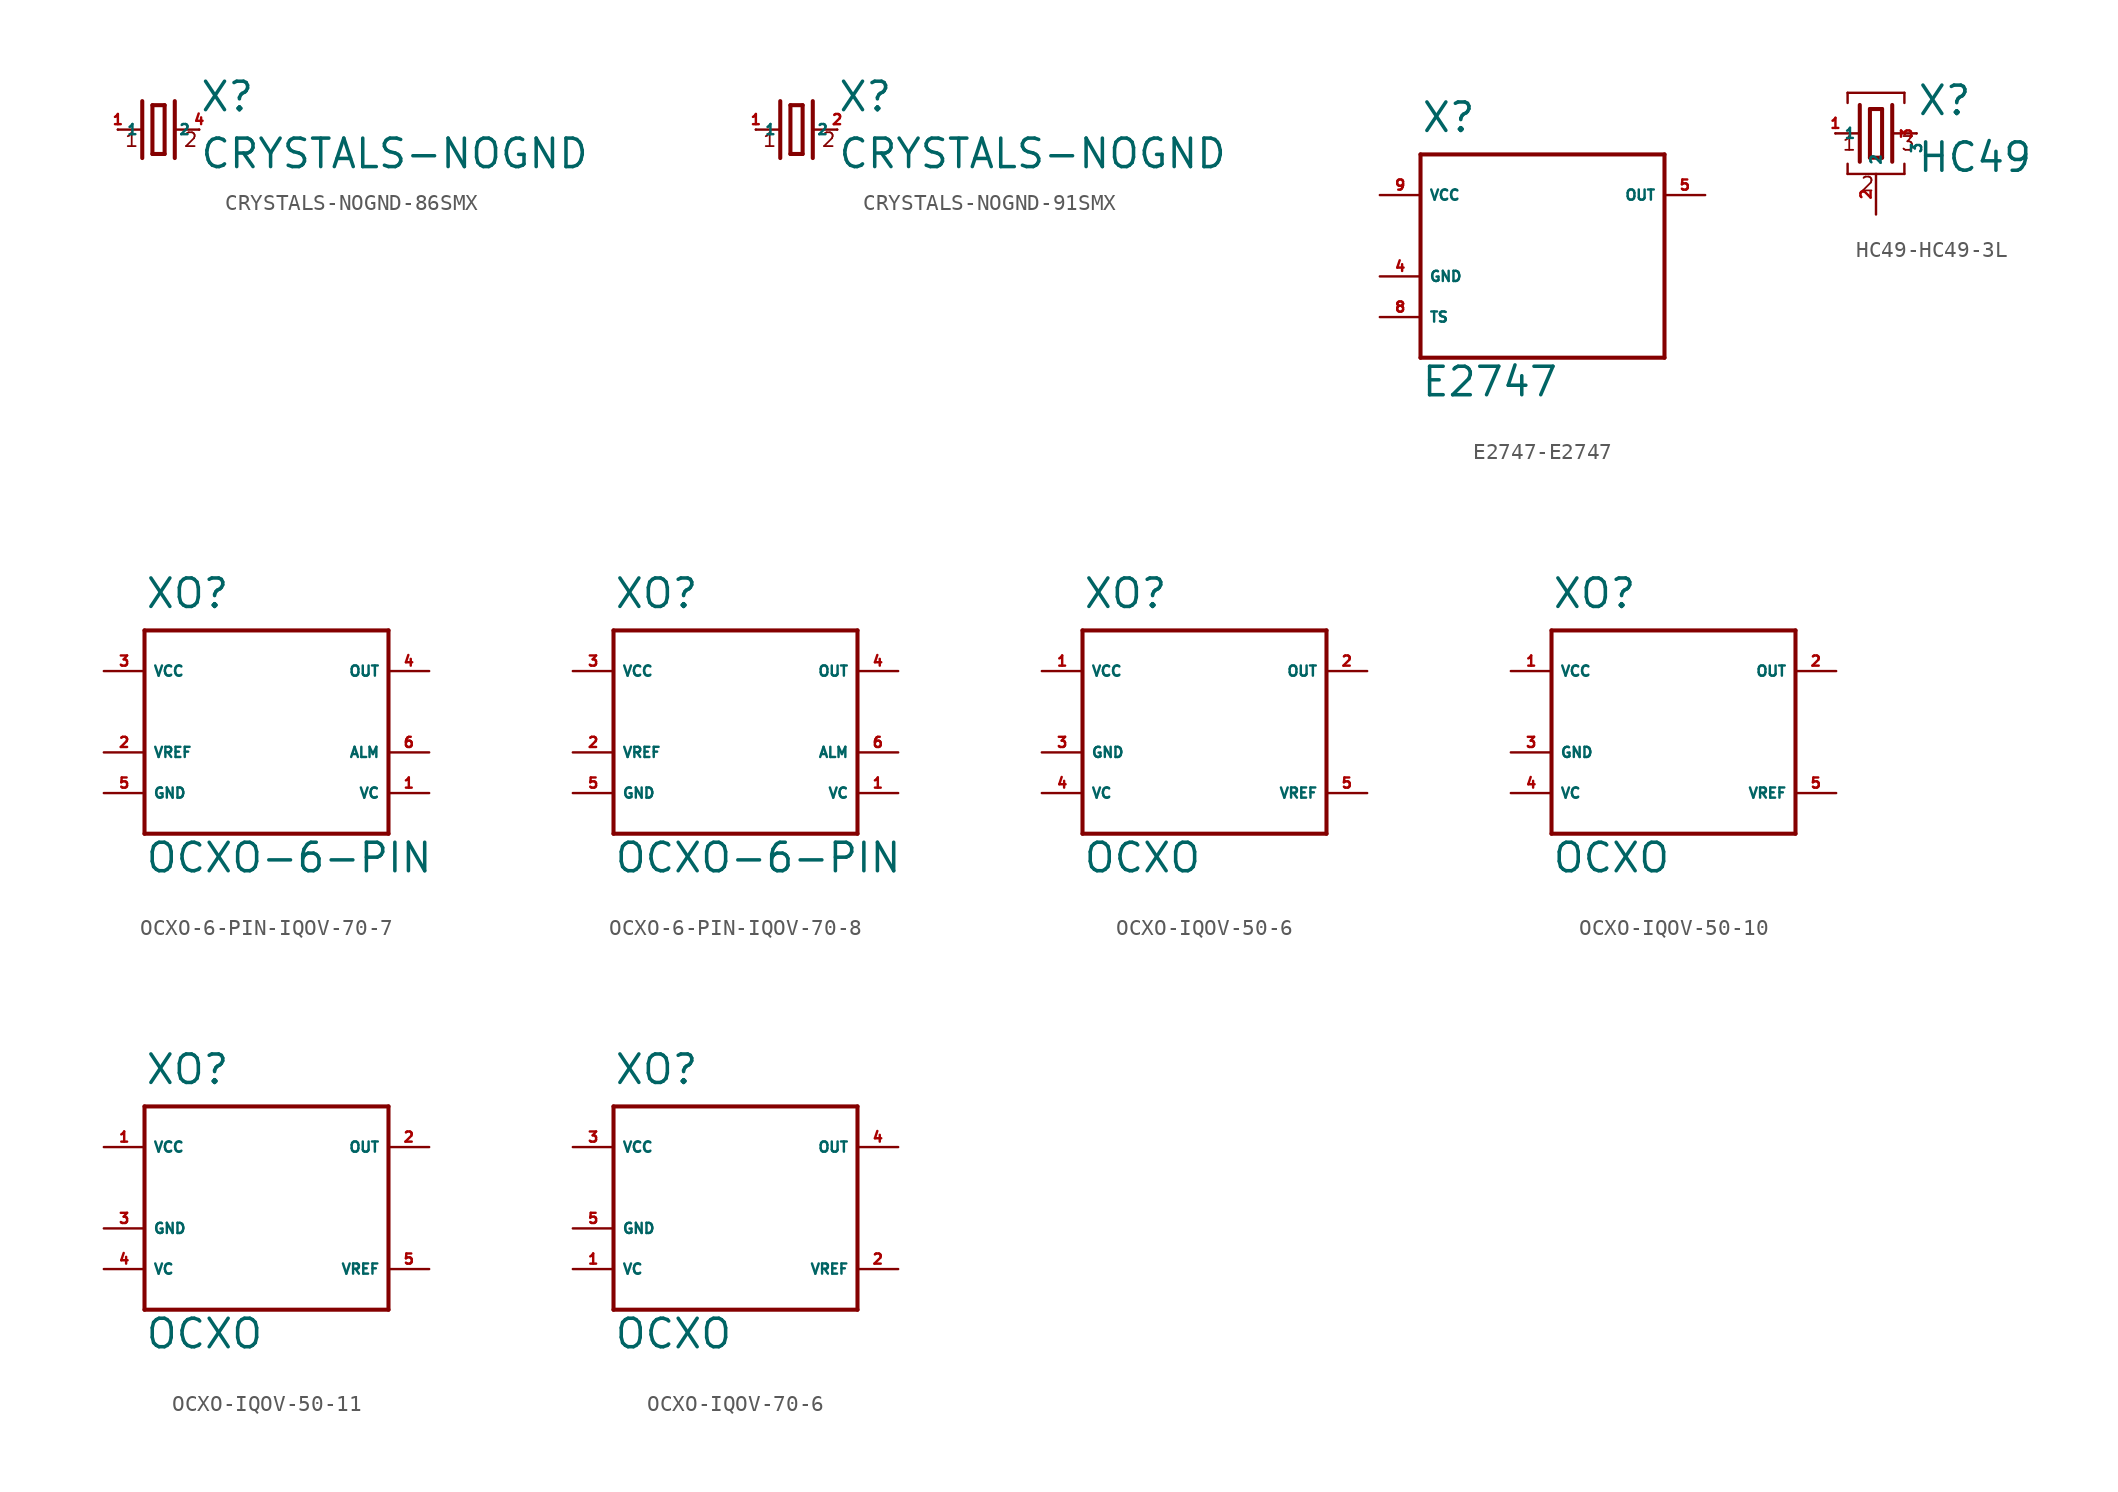
<source format=kicad_sym>
(kicad_symbol_lib
  (version 20220914)
  (generator Eagle2Kicad)
  (symbol "CRYSTALS-NOGND-86SMX"
    (property "Reference" "X"
      (at 2.54 1.016 0)
      (effects (font (size 1.778 1.778) (thickness 0.22)) (justify left bottom)))
    (property "Value" "CRYSTALS-NOGND"
      (at 2.54 -2.54 0)
      (effects (font (size 1.778 1.778) (thickness 0.22)) (justify left bottom)))
    (polyline
      (pts (xy 1.016 0) (xy 2.54 0))
      (stroke (width 0.152) (type default))
      (fill (type none)))
    (polyline
      (pts (xy -2.54 0) (xy -1.016 0))
      (stroke (width 0.152) (type default))
      (fill (type none)))
    (polyline
      (pts (xy -0.381 1.524) (xy -0.381 -1.524))
      (stroke (width 0.254) (type default))
      (fill (type none)))
    (polyline
      (pts (xy -0.381 -1.524) (xy 0.381 -1.524))
      (stroke (width 0.254) (type default))
      (fill (type none)))
    (polyline
      (pts (xy 0.381 -1.524) (xy 0.381 1.524))
      (stroke (width 0.254) (type default))
      (fill (type none)))
    (polyline
      (pts (xy 0.381 1.524) (xy -0.381 1.524))
      (stroke (width 0.254) (type default))
      (fill (type none)))
    (polyline
      (pts (xy 1.016 1.778) (xy 1.016 -1.778))
      (stroke (width 0.254) (type default))
      (fill (type none)))
    (polyline
      (pts (xy -1.016 1.778) (xy -1.016 -1.778))
      (stroke (width 0.254) (type default))
      (fill (type none)))
    (text "1"
      (at -2.159 -1.143 0)
      (effects (font (size 0.864 0.864) (thickness 0.11)) (justify left bottom)))
    (text "2"
      (at 1.524 -1.143 0)
      (effects (font (size 0.864 0.864) (thickness 0.11)) (justify left bottom)))
    (pin passive line
      (at 2.54 0 180)
      (length 0)
      (name "2" (effects (font (size 0.635 0.635) (thickness 0.08)) (justify left bottom)))
      (number "4" (effects (font (size 0.635 0.635) (thickness 0.08)) (justify left bottom))))
    (pin passive line
      (at -2.54 0 0)
      (length 0)
      (name "1" (effects (font (size 0.635 0.635) (thickness 0.08)) (justify left bottom)))
      (number "1" (effects (font (size 0.635 0.635) (thickness 0.08)) (justify left bottom)))))
  (symbol "CRYSTALS-NOGND-91SMX"
    (property "Reference" "X"
      (at 2.54 1.016 0)
      (effects (font (size 1.778 1.778) (thickness 0.22)) (justify left bottom)))
    (property "Value" "CRYSTALS-NOGND"
      (at 2.54 -2.54 0)
      (effects (font (size 1.778 1.778) (thickness 0.22)) (justify left bottom)))
    (polyline
      (pts (xy 1.016 0) (xy 2.54 0))
      (stroke (width 0.152) (type default))
      (fill (type none)))
    (polyline
      (pts (xy -2.54 0) (xy -1.016 0))
      (stroke (width 0.152) (type default))
      (fill (type none)))
    (polyline
      (pts (xy -0.381 1.524) (xy -0.381 -1.524))
      (stroke (width 0.254) (type default))
      (fill (type none)))
    (polyline
      (pts (xy -0.381 -1.524) (xy 0.381 -1.524))
      (stroke (width 0.254) (type default))
      (fill (type none)))
    (polyline
      (pts (xy 0.381 -1.524) (xy 0.381 1.524))
      (stroke (width 0.254) (type default))
      (fill (type none)))
    (polyline
      (pts (xy 0.381 1.524) (xy -0.381 1.524))
      (stroke (width 0.254) (type default))
      (fill (type none)))
    (polyline
      (pts (xy 1.016 1.778) (xy 1.016 -1.778))
      (stroke (width 0.254) (type default))
      (fill (type none)))
    (polyline
      (pts (xy -1.016 1.778) (xy -1.016 -1.778))
      (stroke (width 0.254) (type default))
      (fill (type none)))
    (text "1"
      (at -2.159 -1.143 0)
      (effects (font (size 0.864 0.864) (thickness 0.11)) (justify left bottom)))
    (text "2"
      (at 1.524 -1.143 0)
      (effects (font (size 0.864 0.864) (thickness 0.11)) (justify left bottom)))
    (pin passive line
      (at 2.54 0 180)
      (length 0)
      (name "2" (effects (font (size 0.635 0.635) (thickness 0.08)) (justify left bottom)))
      (number "2" (effects (font (size 0.635 0.635) (thickness 0.08)) (justify left bottom))))
    (pin passive line
      (at -2.54 0 0)
      (length 0)
      (name "1" (effects (font (size 0.635 0.635) (thickness 0.08)) (justify left bottom)))
      (number "1" (effects (font (size 0.635 0.635) (thickness 0.08)) (justify left bottom)))))
  (symbol "E2747-E2747"
    (property "Reference" "X"
      (at -7.62 8.89 0)
      (effects (font (size 1.778 1.778) (thickness 0.22)) (justify left bottom)))
    (property "Value" "E2747"
      (at -7.62 -7.62 0)
      (effects (font (size 1.778 1.778) (thickness 0.22)) (justify left bottom)))
    (polyline
      (pts (xy -7.62 7.62) (xy -7.62 -5.08))
      (stroke (width 0.254) (type default))
      (fill (type none)))
    (polyline
      (pts (xy -7.62 -5.08) (xy 7.62 -5.08))
      (stroke (width 0.254) (type default))
      (fill (type none)))
    (polyline
      (pts (xy 7.62 -5.08) (xy 7.62 7.62))
      (stroke (width 0.254) (type default))
      (fill (type none)))
    (polyline
      (pts (xy 7.62 7.62) (xy -7.62 7.62))
      (stroke (width 0.254) (type default))
      (fill (type none)))
    (pin unspecified line
      (at -10.16 5.08 0)
      (length 2.54)
      (name "VCC" (effects (font (size 0.635 0.635) (thickness 0.08)) (justify left bottom)))
      (number "9" (effects (font (size 0.635 0.635) (thickness 0.08)) (justify left bottom))))
    (pin unspecified line
      (at -10.16 0 0)
      (length 2.54)
      (name "GND" (effects (font (size 0.635 0.635) (thickness 0.08)) (justify left bottom)))
      (number "4" (effects (font (size 0.635 0.635) (thickness 0.08)) (justify left bottom))))
    (pin output line
      (at 10.16 5.08 180)
      (length 2.54)
      (name "OUT" (effects (font (size 0.635 0.635) (thickness 0.08)) (justify left bottom)))
      (number "5" (effects (font (size 0.635 0.635) (thickness 0.08)) (justify left bottom))))
    (pin input line
      (at -10.16 -2.54 0)
      (length 2.54)
      (name "TS" (effects (font (size 0.635 0.635) (thickness 0.08)) (justify left bottom)))
      (number "8" (effects (font (size 0.635 0.635) (thickness 0.08)) (justify left bottom)))))
  (symbol "HC49-HC49-3L"
    (property "Reference" "X"
      (at 2.54 1.016 0)
      (effects (font (size 1.778 1.778) (thickness 0.22)) (justify left bottom)))
    (property "Value" "HC49"
      (at 2.54 -2.54 0)
      (effects (font (size 1.778 1.778) (thickness 0.22)) (justify left bottom)))
    (polyline
      (pts (xy 1.016 0) (xy 2.54 0))
      (stroke (width 0.152) (type default))
      (fill (type none)))
    (polyline
      (pts (xy -2.54 0) (xy -1.016 0))
      (stroke (width 0.152) (type default))
      (fill (type none)))
    (polyline
      (pts (xy -0.381 1.524) (xy -0.381 -1.524))
      (stroke (width 0.254) (type default))
      (fill (type none)))
    (polyline
      (pts (xy -0.381 -1.524) (xy 0.381 -1.524))
      (stroke (width 0.254) (type default))
      (fill (type none)))
    (polyline
      (pts (xy 0.381 -1.524) (xy 0.381 1.524))
      (stroke (width 0.254) (type default))
      (fill (type none)))
    (polyline
      (pts (xy 0.381 1.524) (xy -0.381 1.524))
      (stroke (width 0.254) (type default))
      (fill (type none)))
    (polyline
      (pts (xy 1.016 1.778) (xy 1.016 -1.778))
      (stroke (width 0.254) (type default))
      (fill (type none)))
    (polyline
      (pts (xy -1.016 1.778) (xy -1.016 -1.778))
      (stroke (width 0.254) (type default))
      (fill (type none)))
    (polyline
      (pts (xy -1.778 1.905) (xy -1.778 2.54))
      (stroke (width 0.152) (type default))
      (fill (type none)))
    (polyline
      (pts (xy -1.778 2.54) (xy 1.778 2.54))
      (stroke (width 0.152) (type default))
      (fill (type none)))
    (polyline
      (pts (xy 1.778 2.54) (xy 1.778 1.905))
      (stroke (width 0.152) (type default))
      (fill (type none)))
    (polyline
      (pts (xy 1.778 -1.905) (xy 1.778 -2.54))
      (stroke (width 0.152) (type default))
      (fill (type none)))
    (polyline
      (pts (xy -1.778 -2.54) (xy 1.778 -2.54))
      (stroke (width 0.152) (type default))
      (fill (type none)))
    (polyline
      (pts (xy -1.778 -2.54) (xy -1.778 -1.905))
      (stroke (width 0.152) (type default))
      (fill (type none)))
    (text "1"
      (at -2.159 -1.143 0)
      (effects (font (size 0.864 0.864) (thickness 0.11)) (justify left bottom)))
    (text "2"
      (at -1.016 -3.683 0)
      (effects (font (size 0.864 0.864) (thickness 0.11)) (justify left bottom)))
    (text "3"
      (at 1.524 -1.143 0)
      (effects (font (size 0.864 0.864) (thickness 0.11)) (justify left bottom)))
    (pin passive line
      (at 2.54 0 270)
      (length 0)
      (name "3" (effects (font (size 0.635 0.635) (thickness 0.08)) (justify left bottom)))
      (number "3" (effects (font (size 0.635 0.635) (thickness 0.08)) (justify left bottom))))
    (pin passive line
      (at -2.54 0 0)
      (length 0)
      (name "1" (effects (font (size 0.635 0.635) (thickness 0.08)) (justify left bottom)))
      (number "1" (effects (font (size 0.635 0.635) (thickness 0.08)) (justify left bottom))))
    (pin passive line
      (at 0 -5.08 90)
      (length 2.54)
      (name "2" (effects (font (size 0.635 0.635) (thickness 0.08)) (justify left bottom)))
      (number "2" (effects (font (size 0.635 0.635) (thickness 0.08)) (justify left bottom)))))
  (symbol "OCXO-6-PIN-IQOV-70-7"
    (property "Reference" "XO"
      (at -7.62 8.89 0)
      (effects (font (size 1.778 1.778) (thickness 0.22)) (justify left bottom)))
    (property "Value" "OCXO-6-PIN"
      (at -7.62 -7.62 0)
      (effects (font (size 1.778 1.778) (thickness 0.22)) (justify left bottom)))
    (polyline
      (pts (xy -7.62 7.62) (xy -7.62 -5.08))
      (stroke (width 0.254) (type default))
      (fill (type none)))
    (polyline
      (pts (xy -7.62 -5.08) (xy 7.62 -5.08))
      (stroke (width 0.254) (type default))
      (fill (type none)))
    (polyline
      (pts (xy 7.62 -5.08) (xy 7.62 7.62))
      (stroke (width 0.254) (type default))
      (fill (type none)))
    (polyline
      (pts (xy 7.62 7.62) (xy -7.62 7.62))
      (stroke (width 0.254) (type default))
      (fill (type none)))
    (pin unspecified line
      (at -10.16 5.08 0)
      (length 2.54)
      (name "VCC" (effects (font (size 0.635 0.635) (thickness 0.08)) (justify left bottom)))
      (number "3" (effects (font (size 0.635 0.635) (thickness 0.08)) (justify left bottom))))
    (pin output line
      (at -10.16 0 0)
      (length 2.54)
      (name "VREF" (effects (font (size 0.635 0.635) (thickness 0.08)) (justify left bottom)))
      (number "2" (effects (font (size 0.635 0.635) (thickness 0.08)) (justify left bottom))))
    (pin output line
      (at 10.16 5.08 180)
      (length 2.54)
      (name "OUT" (effects (font (size 0.635 0.635) (thickness 0.08)) (justify left bottom)))
      (number "4" (effects (font (size 0.635 0.635) (thickness 0.08)) (justify left bottom))))
    (pin unspecified line
      (at -10.16 -2.54 0)
      (length 2.54)
      (name "GND" (effects (font (size 0.635 0.635) (thickness 0.08)) (justify left bottom)))
      (number "5" (effects (font (size 0.635 0.635) (thickness 0.08)) (justify left bottom))))
    (pin output line
      (at 10.16 0 180)
      (length 2.54)
      (name "ALM" (effects (font (size 0.635 0.635) (thickness 0.08)) (justify left bottom)))
      (number "6" (effects (font (size 0.635 0.635) (thickness 0.08)) (justify left bottom))))
    (pin input line
      (at 10.16 -2.54 180)
      (length 2.54)
      (name "VC" (effects (font (size 0.635 0.635) (thickness 0.08)) (justify left bottom)))
      (number "1" (effects (font (size 0.635 0.635) (thickness 0.08)) (justify left bottom)))))
  (symbol "OCXO-6-PIN-IQOV-70-8"
    (property "Reference" "XO"
      (at -7.62 8.89 0)
      (effects (font (size 1.778 1.778) (thickness 0.22)) (justify left bottom)))
    (property "Value" "OCXO-6-PIN"
      (at -7.62 -7.62 0)
      (effects (font (size 1.778 1.778) (thickness 0.22)) (justify left bottom)))
    (polyline
      (pts (xy -7.62 7.62) (xy -7.62 -5.08))
      (stroke (width 0.254) (type default))
      (fill (type none)))
    (polyline
      (pts (xy -7.62 -5.08) (xy 7.62 -5.08))
      (stroke (width 0.254) (type default))
      (fill (type none)))
    (polyline
      (pts (xy 7.62 -5.08) (xy 7.62 7.62))
      (stroke (width 0.254) (type default))
      (fill (type none)))
    (polyline
      (pts (xy 7.62 7.62) (xy -7.62 7.62))
      (stroke (width 0.254) (type default))
      (fill (type none)))
    (pin unspecified line
      (at -10.16 5.08 0)
      (length 2.54)
      (name "VCC" (effects (font (size 0.635 0.635) (thickness 0.08)) (justify left bottom)))
      (number "3" (effects (font (size 0.635 0.635) (thickness 0.08)) (justify left bottom))))
    (pin output line
      (at -10.16 0 0)
      (length 2.54)
      (name "VREF" (effects (font (size 0.635 0.635) (thickness 0.08)) (justify left bottom)))
      (number "2" (effects (font (size 0.635 0.635) (thickness 0.08)) (justify left bottom))))
    (pin output line
      (at 10.16 5.08 180)
      (length 2.54)
      (name "OUT" (effects (font (size 0.635 0.635) (thickness 0.08)) (justify left bottom)))
      (number "4" (effects (font (size 0.635 0.635) (thickness 0.08)) (justify left bottom))))
    (pin unspecified line
      (at -10.16 -2.54 0)
      (length 2.54)
      (name "GND" (effects (font (size 0.635 0.635) (thickness 0.08)) (justify left bottom)))
      (number "5" (effects (font (size 0.635 0.635) (thickness 0.08)) (justify left bottom))))
    (pin output line
      (at 10.16 0 180)
      (length 2.54)
      (name "ALM" (effects (font (size 0.635 0.635) (thickness 0.08)) (justify left bottom)))
      (number "6" (effects (font (size 0.635 0.635) (thickness 0.08)) (justify left bottom))))
    (pin input line
      (at 10.16 -2.54 180)
      (length 2.54)
      (name "VC" (effects (font (size 0.635 0.635) (thickness 0.08)) (justify left bottom)))
      (number "1" (effects (font (size 0.635 0.635) (thickness 0.08)) (justify left bottom)))))
  (symbol "OCXO-IQOV-50-6"
    (property "Reference" "XO"
      (at -7.62 8.89 0)
      (effects (font (size 1.778 1.778) (thickness 0.22)) (justify left bottom)))
    (property "Value" "OCXO"
      (at -7.62 -7.62 0)
      (effects (font (size 1.778 1.778) (thickness 0.22)) (justify left bottom)))
    (polyline
      (pts (xy -7.62 7.62) (xy -7.62 -5.08))
      (stroke (width 0.254) (type default))
      (fill (type none)))
    (polyline
      (pts (xy -7.62 -5.08) (xy 7.62 -5.08))
      (stroke (width 0.254) (type default))
      (fill (type none)))
    (polyline
      (pts (xy 7.62 -5.08) (xy 7.62 7.62))
      (stroke (width 0.254) (type default))
      (fill (type none)))
    (polyline
      (pts (xy 7.62 7.62) (xy -7.62 7.62))
      (stroke (width 0.254) (type default))
      (fill (type none)))
    (pin unspecified line
      (at -10.16 5.08 0)
      (length 2.54)
      (name "VCC" (effects (font (size 0.635 0.635) (thickness 0.08)) (justify left bottom)))
      (number "1" (effects (font (size 0.635 0.635) (thickness 0.08)) (justify left bottom))))
    (pin unspecified line
      (at -10.16 0 0)
      (length 2.54)
      (name "GND" (effects (font (size 0.635 0.635) (thickness 0.08)) (justify left bottom)))
      (number "3" (effects (font (size 0.635 0.635) (thickness 0.08)) (justify left bottom))))
    (pin output line
      (at 10.16 5.08 180)
      (length 2.54)
      (name "OUT" (effects (font (size 0.635 0.635) (thickness 0.08)) (justify left bottom)))
      (number "2" (effects (font (size 0.635 0.635) (thickness 0.08)) (justify left bottom))))
    (pin input line
      (at -10.16 -2.54 0)
      (length 2.54)
      (name "VC" (effects (font (size 0.635 0.635) (thickness 0.08)) (justify left bottom)))
      (number "4" (effects (font (size 0.635 0.635) (thickness 0.08)) (justify left bottom))))
    (pin output line
      (at 10.16 -2.54 180)
      (length 2.54)
      (name "VREF" (effects (font (size 0.635 0.635) (thickness 0.08)) (justify left bottom)))
      (number "5" (effects (font (size 0.635 0.635) (thickness 0.08)) (justify left bottom)))))
  (symbol "OCXO-IQOV-50-10"
    (property "Reference" "XO"
      (at -7.62 8.89 0)
      (effects (font (size 1.778 1.778) (thickness 0.22)) (justify left bottom)))
    (property "Value" "OCXO"
      (at -7.62 -7.62 0)
      (effects (font (size 1.778 1.778) (thickness 0.22)) (justify left bottom)))
    (polyline
      (pts (xy -7.62 7.62) (xy -7.62 -5.08))
      (stroke (width 0.254) (type default))
      (fill (type none)))
    (polyline
      (pts (xy -7.62 -5.08) (xy 7.62 -5.08))
      (stroke (width 0.254) (type default))
      (fill (type none)))
    (polyline
      (pts (xy 7.62 -5.08) (xy 7.62 7.62))
      (stroke (width 0.254) (type default))
      (fill (type none)))
    (polyline
      (pts (xy 7.62 7.62) (xy -7.62 7.62))
      (stroke (width 0.254) (type default))
      (fill (type none)))
    (pin unspecified line
      (at -10.16 5.08 0)
      (length 2.54)
      (name "VCC" (effects (font (size 0.635 0.635) (thickness 0.08)) (justify left bottom)))
      (number "1" (effects (font (size 0.635 0.635) (thickness 0.08)) (justify left bottom))))
    (pin unspecified line
      (at -10.16 0 0)
      (length 2.54)
      (name "GND" (effects (font (size 0.635 0.635) (thickness 0.08)) (justify left bottom)))
      (number "3" (effects (font (size 0.635 0.635) (thickness 0.08)) (justify left bottom))))
    (pin output line
      (at 10.16 5.08 180)
      (length 2.54)
      (name "OUT" (effects (font (size 0.635 0.635) (thickness 0.08)) (justify left bottom)))
      (number "2" (effects (font (size 0.635 0.635) (thickness 0.08)) (justify left bottom))))
    (pin input line
      (at -10.16 -2.54 0)
      (length 2.54)
      (name "VC" (effects (font (size 0.635 0.635) (thickness 0.08)) (justify left bottom)))
      (number "4" (effects (font (size 0.635 0.635) (thickness 0.08)) (justify left bottom))))
    (pin output line
      (at 10.16 -2.54 180)
      (length 2.54)
      (name "VREF" (effects (font (size 0.635 0.635) (thickness 0.08)) (justify left bottom)))
      (number "5" (effects (font (size 0.635 0.635) (thickness 0.08)) (justify left bottom)))))
  (symbol "OCXO-IQOV-50-11"
    (property "Reference" "XO"
      (at -7.62 8.89 0)
      (effects (font (size 1.778 1.778) (thickness 0.22)) (justify left bottom)))
    (property "Value" "OCXO"
      (at -7.62 -7.62 0)
      (effects (font (size 1.778 1.778) (thickness 0.22)) (justify left bottom)))
    (polyline
      (pts (xy -7.62 7.62) (xy -7.62 -5.08))
      (stroke (width 0.254) (type default))
      (fill (type none)))
    (polyline
      (pts (xy -7.62 -5.08) (xy 7.62 -5.08))
      (stroke (width 0.254) (type default))
      (fill (type none)))
    (polyline
      (pts (xy 7.62 -5.08) (xy 7.62 7.62))
      (stroke (width 0.254) (type default))
      (fill (type none)))
    (polyline
      (pts (xy 7.62 7.62) (xy -7.62 7.62))
      (stroke (width 0.254) (type default))
      (fill (type none)))
    (pin unspecified line
      (at -10.16 5.08 0)
      (length 2.54)
      (name "VCC" (effects (font (size 0.635 0.635) (thickness 0.08)) (justify left bottom)))
      (number "1" (effects (font (size 0.635 0.635) (thickness 0.08)) (justify left bottom))))
    (pin unspecified line
      (at -10.16 0 0)
      (length 2.54)
      (name "GND" (effects (font (size 0.635 0.635) (thickness 0.08)) (justify left bottom)))
      (number "3" (effects (font (size 0.635 0.635) (thickness 0.08)) (justify left bottom))))
    (pin output line
      (at 10.16 5.08 180)
      (length 2.54)
      (name "OUT" (effects (font (size 0.635 0.635) (thickness 0.08)) (justify left bottom)))
      (number "2" (effects (font (size 0.635 0.635) (thickness 0.08)) (justify left bottom))))
    (pin input line
      (at -10.16 -2.54 0)
      (length 2.54)
      (name "VC" (effects (font (size 0.635 0.635) (thickness 0.08)) (justify left bottom)))
      (number "4" (effects (font (size 0.635 0.635) (thickness 0.08)) (justify left bottom))))
    (pin output line
      (at 10.16 -2.54 180)
      (length 2.54)
      (name "VREF" (effects (font (size 0.635 0.635) (thickness 0.08)) (justify left bottom)))
      (number "5" (effects (font (size 0.635 0.635) (thickness 0.08)) (justify left bottom)))))
  (symbol "OCXO-IQOV-70-6"
    (property "Reference" "XO"
      (at -7.62 8.89 0)
      (effects (font (size 1.778 1.778) (thickness 0.22)) (justify left bottom)))
    (property "Value" "OCXO"
      (at -7.62 -7.62 0)
      (effects (font (size 1.778 1.778) (thickness 0.22)) (justify left bottom)))
    (polyline
      (pts (xy -7.62 7.62) (xy -7.62 -5.08))
      (stroke (width 0.254) (type default))
      (fill (type none)))
    (polyline
      (pts (xy -7.62 -5.08) (xy 7.62 -5.08))
      (stroke (width 0.254) (type default))
      (fill (type none)))
    (polyline
      (pts (xy 7.62 -5.08) (xy 7.62 7.62))
      (stroke (width 0.254) (type default))
      (fill (type none)))
    (polyline
      (pts (xy 7.62 7.62) (xy -7.62 7.62))
      (stroke (width 0.254) (type default))
      (fill (type none)))
    (pin unspecified line
      (at -10.16 5.08 0)
      (length 2.54)
      (name "VCC" (effects (font (size 0.635 0.635) (thickness 0.08)) (justify left bottom)))
      (number "3" (effects (font (size 0.635 0.635) (thickness 0.08)) (justify left bottom))))
    (pin unspecified line
      (at -10.16 0 0)
      (length 2.54)
      (name "GND" (effects (font (size 0.635 0.635) (thickness 0.08)) (justify left bottom)))
      (number "5" (effects (font (size 0.635 0.635) (thickness 0.08)) (justify left bottom))))
    (pin output line
      (at 10.16 5.08 180)
      (length 2.54)
      (name "OUT" (effects (font (size 0.635 0.635) (thickness 0.08)) (justify left bottom)))
      (number "4" (effects (font (size 0.635 0.635) (thickness 0.08)) (justify left bottom))))
    (pin input line
      (at -10.16 -2.54 0)
      (length 2.54)
      (name "VC" (effects (font (size 0.635 0.635) (thickness 0.08)) (justify left bottom)))
      (number "1" (effects (font (size 0.635 0.635) (thickness 0.08)) (justify left bottom))))
    (pin output line
      (at 10.16 -2.54 180)
      (length 2.54)
      (name "VREF" (effects (font (size 0.635 0.635) (thickness 0.08)) (justify left bottom)))
      (number "2" (effects (font (size 0.635 0.635) (thickness 0.08)) (justify left bottom))))))
</source>
